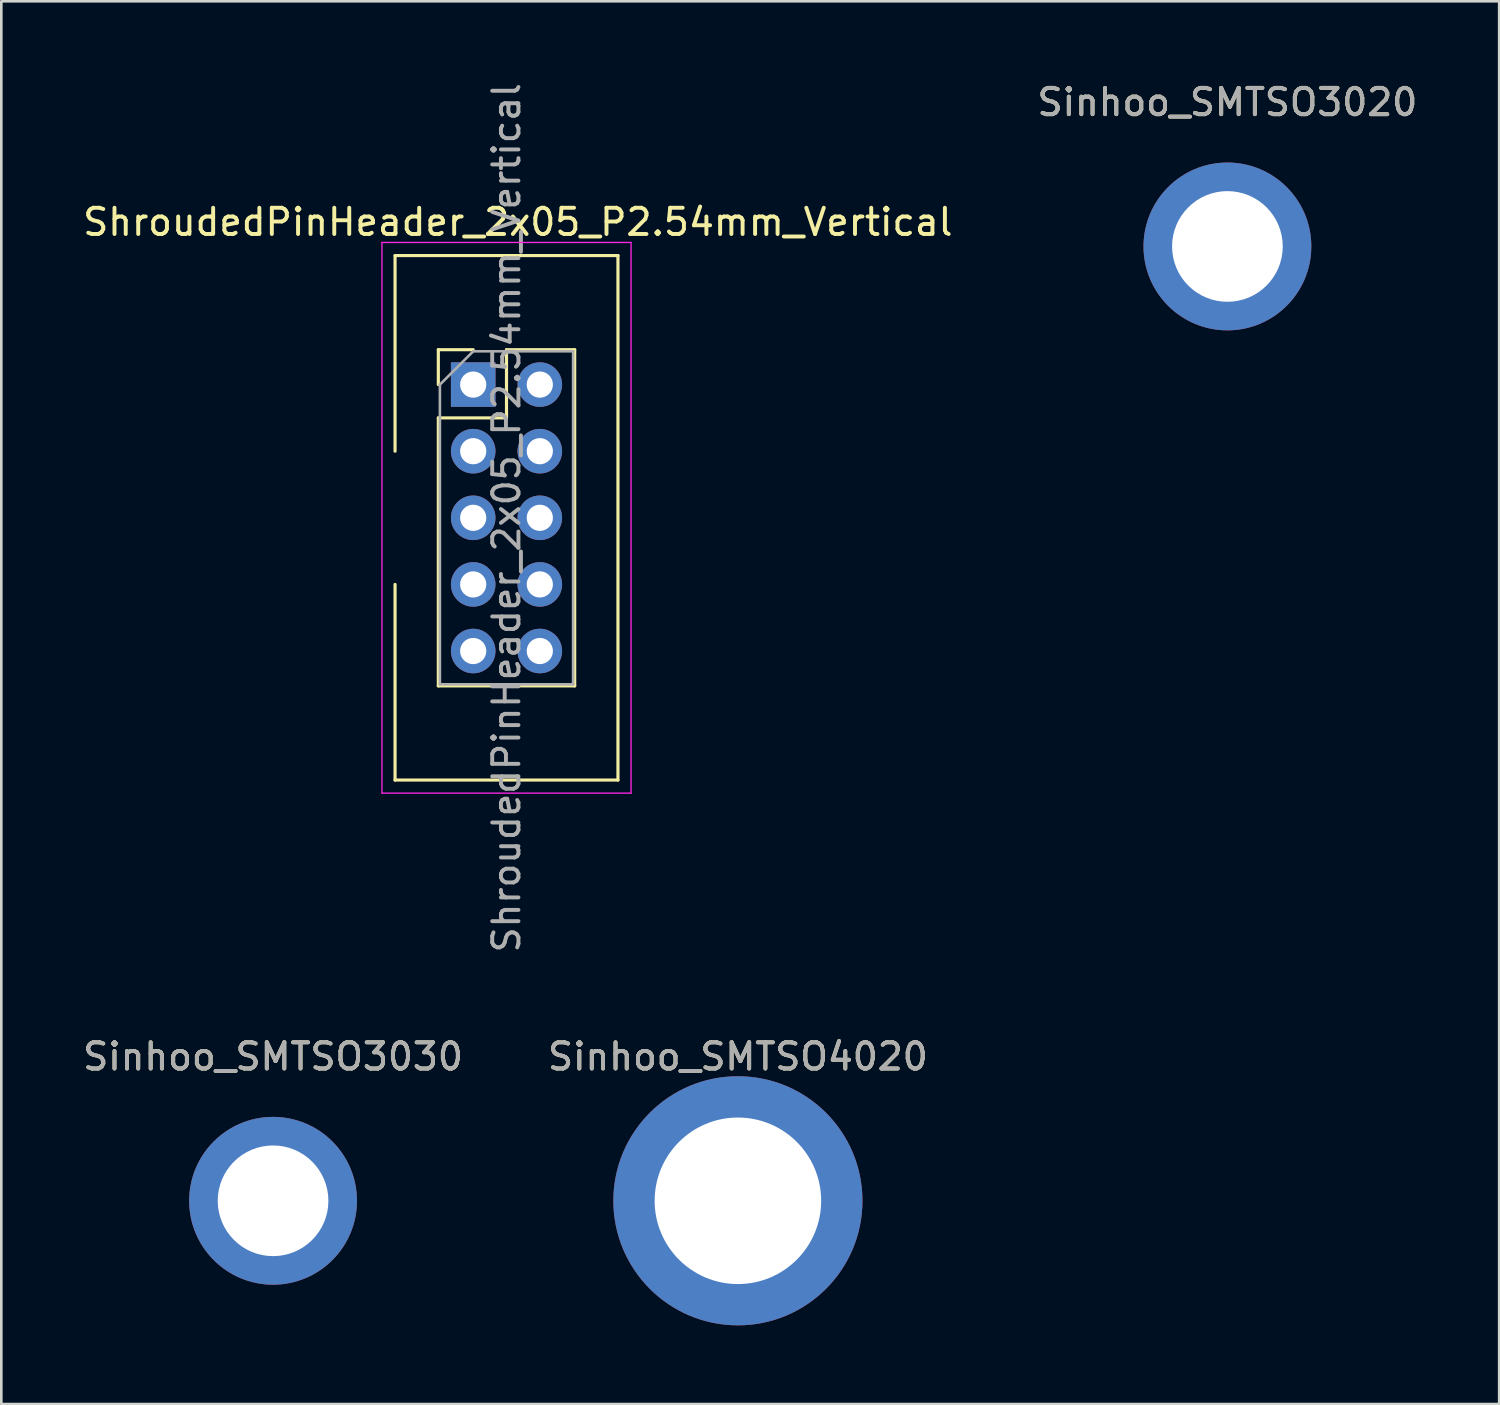
<source format=kicad_pcb>
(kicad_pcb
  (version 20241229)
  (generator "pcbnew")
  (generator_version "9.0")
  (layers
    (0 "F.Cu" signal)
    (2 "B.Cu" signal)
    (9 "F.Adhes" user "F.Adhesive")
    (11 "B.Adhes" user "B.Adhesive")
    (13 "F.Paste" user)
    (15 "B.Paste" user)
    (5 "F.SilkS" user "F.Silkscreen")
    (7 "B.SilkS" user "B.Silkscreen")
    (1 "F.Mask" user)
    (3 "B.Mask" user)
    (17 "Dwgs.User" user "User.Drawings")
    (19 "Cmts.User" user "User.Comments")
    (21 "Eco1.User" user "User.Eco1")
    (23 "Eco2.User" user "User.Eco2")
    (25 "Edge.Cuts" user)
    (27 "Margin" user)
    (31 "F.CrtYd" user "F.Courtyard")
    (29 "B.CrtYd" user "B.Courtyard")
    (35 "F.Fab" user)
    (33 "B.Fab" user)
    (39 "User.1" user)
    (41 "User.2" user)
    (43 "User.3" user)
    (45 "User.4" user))
  (footprint "Sinhoo_SMTSO3020"
    (layer "F.Cu")
    (at 43.756 6.348)
    (property "Reference" "Sinhoo_SMTSO3020" (at 0 -5.5 0) (unlocked yes) (layer "F.SilkS") (effects (font (size 1 1) (thickness 0.15))))
    (attr smd)
    (fp_circle (center -2.7 0) (end -2.2 0) (stroke (width 0) (type solid)) (fill yes) (layer "F.Paste"))
    (fp_circle (center -2.494 -1.033) (end -1.994 -1.033) (stroke (width 0) (type solid)) (fill yes) (layer "F.Paste"))
    (fp_circle (center -2.494 1.033) (end -1.994 1.033) (stroke (width 0) (type solid)) (fill yes) (layer "F.Paste"))
    (fp_circle (center -1.909 -1.909) (end -1.409 -1.909) (stroke (width 0) (type solid)) (fill yes) (layer "F.Paste"))
    (fp_circle (center -1.909 1.909) (end -1.409 1.909) (stroke (width 0) (type solid)) (fill yes) (layer "F.Paste"))
    (fp_circle (center -1.033 -2.494) (end -0.533 -2.494) (stroke (width 0) (type solid)) (fill yes) (layer "F.Paste"))
    (fp_circle (center -1.033 2.494) (end -0.533 2.494) (stroke (width 0) (type solid)) (fill yes) (layer "F.Paste"))
    (fp_circle (center 0 -2.7) (end 0.5 -2.7) (stroke (width 0) (type solid)) (fill yes) (layer "F.Paste"))
    (fp_circle (center 0 2.7) (end 0.5 2.7) (stroke (width 0) (type solid)) (fill yes) (layer "F.Paste"))
    (fp_circle (center 1.033 -2.494) (end 1.533 -2.494) (stroke (width 0) (type solid)) (fill yes) (layer "F.Paste"))
    (fp_circle (center 1.033 2.494) (end 1.533 2.494) (stroke (width 0) (type solid)) (fill yes) (layer "F.Paste"))
    (fp_circle (center 1.909 -1.909) (end 2.409 -1.909) (stroke (width 0) (type solid)) (fill yes) (layer "F.Paste"))
    (fp_circle (center 1.909 1.909) (end 2.409 1.909) (stroke (width 0) (type solid)) (fill yes) (layer "F.Paste"))
    (fp_circle (center 2.494 -1.033) (end 2.994 -1.033) (stroke (width 0) (type solid)) (fill yes) (layer "F.Paste"))
    (fp_circle (center 2.494 1.033) (end 2.994 1.033) (stroke (width 0) (type solid)) (fill yes) (layer "F.Paste"))
    (fp_circle (center 2.7 0) (end 3.2 0) (stroke (width 0) (type solid)) (fill yes) (layer "F.Paste"))
    (fp_text user "${REFERENCE}" (at 0 -5.5 0) (unlocked yes) (layer "F.Fab") (effects (font (size 1 1) (thickness 0.15))))
    (pad "1" thru_hole circle (at 0 0) (size 6.4 6.4) (drill 4.22) (layers "*.Cu" "*.Mask")))
  (footprint "ShroudedPinHeader_2x05_P2.54mm_Vertical"
    (layer "F.Cu")
    (at 14.995 11.616)
    (property "Reference" "ShroudedPinHeader_2x05_P2.54mm_Vertical" (at 1.702 -6.198 0) (layer "F.SilkS") (effects (font (size 1 1) (thickness 0.15))))
    (attr through_hole)
    (fp_line (start -2.98 -4.92) (end 5.52 -4.92) (stroke (width 0.12) (type solid)) (layer "F.SilkS"))
    (fp_line (start -2.98 2.54) (end -2.98 -4.92) (stroke (width 0.12) (type solid)) (layer "F.SilkS"))
    (fp_line (start -2.98 15.08) (end -2.98 7.62) (stroke (width 0.12) (type solid)) (layer "F.SilkS"))
    (fp_line (start -1.33 -1.33) (end 0 -1.33) (stroke (width 0.12) (type solid)) (layer "F.SilkS"))
    (fp_line (start -1.33 0) (end -1.33 -1.33) (stroke (width 0.12) (type solid)) (layer "F.SilkS"))
    (fp_line (start -1.33 1.27) (end -1.33 11.49) (stroke (width 0.12) (type solid)) (layer "F.SilkS"))
    (fp_line (start -1.33 1.27) (end 1.27 1.27) (stroke (width 0.12) (type solid)) (layer "F.SilkS"))
    (fp_line (start -1.33 11.49) (end 3.87 11.49) (stroke (width 0.12) (type solid)) (layer "F.SilkS"))
    (fp_line (start 1.27 -1.33) (end 3.87 -1.33) (stroke (width 0.12) (type solid)) (layer "F.SilkS"))
    (fp_line (start 1.27 1.27) (end 1.27 -1.33) (stroke (width 0.12) (type solid)) (layer "F.SilkS"))
    (fp_line (start 3.87 -1.33) (end 3.87 11.49) (stroke (width 0.12) (type solid)) (layer "F.SilkS"))
    (fp_line (start 5.52 -4.92) (end 5.52 15.08) (stroke (width 0.12) (type solid)) (layer "F.SilkS"))
    (fp_line (start 5.52 15.08) (end -2.98 15.08) (stroke (width 0.12) (type solid)) (layer "F.SilkS"))
    (fp_line (start -3.48 -5.42) (end -3.48 15.58) (stroke (width 0.05) (type solid)) (layer "F.CrtYd"))
    (fp_line (start -3.48 15.58) (end 6.02 15.58) (stroke (width 0.05) (type solid)) (layer "F.CrtYd"))
    (fp_line (start 6.02 -5.42) (end -3.48 -5.42) (stroke (width 0.05) (type solid)) (layer "F.CrtYd"))
    (fp_line (start 6.02 15.58) (end 6.02 -5.42) (stroke (width 0.05) (type solid)) (layer "F.CrtYd"))
    (fp_line (start -1.27 0) (end 0 -1.27) (stroke (width 0.1) (type solid)) (layer "F.Fab"))
    (fp_line (start -1.27 11.43) (end -1.27 0) (stroke (width 0.1) (type solid)) (layer "F.Fab"))
    (fp_line (start 0 -1.27) (end 3.81 -1.27) (stroke (width 0.1) (type solid)) (layer "F.Fab"))
    (fp_line (start 3.81 -1.27) (end 3.81 11.43) (stroke (width 0.1) (type solid)) (layer "F.Fab"))
    (fp_line (start 3.81 11.43) (end -1.27 11.43) (stroke (width 0.1) (type solid)) (layer "F.Fab"))
    (fp_text user "${REFERENCE}" (at 1.27 5.08 90) (layer "F.Fab") (effects (font (size 1 1) (thickness 0.15))))
    (pad "1" thru_hole rect (at 0 0) (size 1.7 1.7) (drill 1) (layers "*.Cu" "*.Mask"))
    (pad "2" thru_hole oval (at 2.54 0) (size 1.7 1.7) (drill 1) (layers "*.Cu" "*.Mask"))
    (pad "3" thru_hole oval (at 0 2.54) (size 1.7 1.7) (drill 1) (layers "*.Cu" "*.Mask"))
    (pad "4" thru_hole oval (at 2.54 2.54) (size 1.7 1.7) (drill 1) (layers "*.Cu" "*.Mask"))
    (pad "5" thru_hole oval (at 0 5.08) (size 1.7 1.7) (drill 1) (layers "*.Cu" "*.Mask"))
    (pad "6" thru_hole oval (at 2.54 5.08) (size 1.7 1.7) (drill 1) (layers "*.Cu" "*.Mask"))
    (pad "7" thru_hole oval (at 0 7.62) (size 1.7 1.7) (drill 1) (layers "*.Cu" "*.Mask"))
    (pad "8" thru_hole oval (at 2.54 7.62) (size 1.7 1.7) (drill 1) (layers "*.Cu" "*.Mask"))
    (pad "9" thru_hole oval (at 0 10.16) (size 1.7 1.7) (drill 1) (layers "*.Cu" "*.Mask"))
    (pad "10" thru_hole oval (at 2.54 10.16) (size 1.7 1.7) (drill 1) (layers "*.Cu" "*.Mask")))
  (footprint "Sinhoo_SMTSO3030"
    (layer "F.Cu")
    (at 7.363 42.741)
    (property "Reference" "Sinhoo_SMTSO3030" (at 0 -5.5 0) (unlocked yes) (layer "F.SilkS") (effects (font (size 1 1) (thickness 0.15))))
    (attr smd)
    (fp_circle (center -2.7 0) (end -2.2 0) (stroke (width 0) (type solid)) (fill yes) (layer "F.Paste"))
    (fp_circle (center -2.494 -1.033) (end -1.994 -1.033) (stroke (width 0) (type solid)) (fill yes) (layer "F.Paste"))
    (fp_circle (center -2.494 1.033) (end -1.994 1.033) (stroke (width 0) (type solid)) (fill yes) (layer "F.Paste"))
    (fp_circle (center -1.909 -1.909) (end -1.409 -1.909) (stroke (width 0) (type solid)) (fill yes) (layer "F.Paste"))
    (fp_circle (center -1.909 1.909) (end -1.409 1.909) (stroke (width 0) (type solid)) (fill yes) (layer "F.Paste"))
    (fp_circle (center -1.033 -2.494) (end -0.533 -2.494) (stroke (width 0) (type solid)) (fill yes) (layer "F.Paste"))
    (fp_circle (center -1.033 2.494) (end -0.533 2.494) (stroke (width 0) (type solid)) (fill yes) (layer "F.Paste"))
    (fp_circle (center 0 -2.7) (end 0.5 -2.7) (stroke (width 0) (type solid)) (fill yes) (layer "F.Paste"))
    (fp_circle (center 0 2.7) (end 0.5 2.7) (stroke (width 0) (type solid)) (fill yes) (layer "F.Paste"))
    (fp_circle (center 1.033 -2.494) (end 1.533 -2.494) (stroke (width 0) (type solid)) (fill yes) (layer "F.Paste"))
    (fp_circle (center 1.033 2.494) (end 1.533 2.494) (stroke (width 0) (type solid)) (fill yes) (layer "F.Paste"))
    (fp_circle (center 1.909 -1.909) (end 2.409 -1.909) (stroke (width 0) (type solid)) (fill yes) (layer "F.Paste"))
    (fp_circle (center 1.909 1.909) (end 2.409 1.909) (stroke (width 0) (type solid)) (fill yes) (layer "F.Paste"))
    (fp_circle (center 2.494 -1.033) (end 2.994 -1.033) (stroke (width 0) (type solid)) (fill yes) (layer "F.Paste"))
    (fp_circle (center 2.494 1.033) (end 2.994 1.033) (stroke (width 0) (type solid)) (fill yes) (layer "F.Paste"))
    (fp_circle (center 2.7 0) (end 3.2 0) (stroke (width 0) (type solid)) (fill yes) (layer "F.Paste"))
    (fp_text user "${REFERENCE}" (at 0 -5.5 0) (unlocked yes) (layer "F.Fab") (effects (font (size 1 1) (thickness 0.15))))
    (pad "1" thru_hole circle (at 0 0) (size 6.4 6.4) (drill 4.22) (layers "*.Cu" "*.Mask")))
  (footprint "Sinhoo_SMTSO4020"
    (layer "F.Cu")
    (at 25.089 42.741)
    (property "Reference" "Sinhoo_SMTSO4020" (at 0 -5.5 0) (unlocked yes) (layer "F.SilkS") (effects (font (size 1 1) (thickness 0.15))))
    (attr smd)
    (fp_circle (center -4 0) (end -4 -0.75) (stroke (width 0) (type solid)) (fill yes) (layer "F.Paste"))
    (fp_circle (center -3.696 -1.531) (end -3.696 -2.281) (stroke (width 0) (type solid)) (fill yes) (layer "F.Paste"))
    (fp_circle (center -3.696 1.531) (end -3.696 0.781) (stroke (width 0) (type solid)) (fill yes) (layer "F.Paste"))
    (fp_circle (center -2.828 -2.828) (end -2.828 -3.578) (stroke (width 0) (type solid)) (fill yes) (layer "F.Paste"))
    (fp_circle (center -2.828 2.828) (end -2.828 2.078) (stroke (width 0) (type solid)) (fill yes) (layer "F.Paste"))
    (fp_circle (center -1.531 -3.696) (end -1.531 -4.446) (stroke (width 0) (type solid)) (fill yes) (layer "F.Paste"))
    (fp_circle (center -1.531 3.696) (end -1.531 2.946) (stroke (width 0) (type solid)) (fill yes) (layer "F.Paste"))
    (fp_circle (center 0 -4) (end 0 -4.75) (stroke (width 0) (type solid)) (fill yes) (layer "F.Paste"))
    (fp_circle (center 0 4) (end 0 3.25) (stroke (width 0) (type solid)) (fill yes) (layer "F.Paste"))
    (fp_circle (center 1.531 -3.696) (end 1.531 -4.446) (stroke (width 0) (type solid)) (fill yes) (layer "F.Paste"))
    (fp_circle (center 1.531 3.696) (end 1.531 2.946) (stroke (width 0) (type solid)) (fill yes) (layer "F.Paste"))
    (fp_circle (center 2.828 -2.828) (end 2.828 -3.578) (stroke (width 0) (type solid)) (fill yes) (layer "F.Paste"))
    (fp_circle (center 2.828 2.828) (end 2.828 2.078) (stroke (width 0) (type solid)) (fill yes) (layer "F.Paste"))
    (fp_circle (center 3.696 -1.531) (end 3.696 -2.281) (stroke (width 0) (type solid)) (fill yes) (layer "F.Paste"))
    (fp_circle (center 3.696 1.531) (end 3.696 0.781) (stroke (width 0) (type solid)) (fill yes) (layer "F.Paste"))
    (fp_circle (center 4 0) (end 4 -0.75) (stroke (width 0) (type solid)) (fill yes) (layer "F.Paste"))
    (fp_text user "${REFERENCE}" (at 0 -5.5 0) (unlocked yes) (layer "F.Fab") (effects (font (size 1 1) (thickness 0.15))))
    (pad "1" thru_hole circle (at 0 0) (size 9.5 9.5) (drill 6.35) (layers "*.Cu" "*.Mask")))
  (gr_rect
    (start -3 -3)
    (end 54.119 50.491)
    (stroke (width 0.1) (type default))
    (fill no)
    (layer "Edge.Cuts")))
</source>
